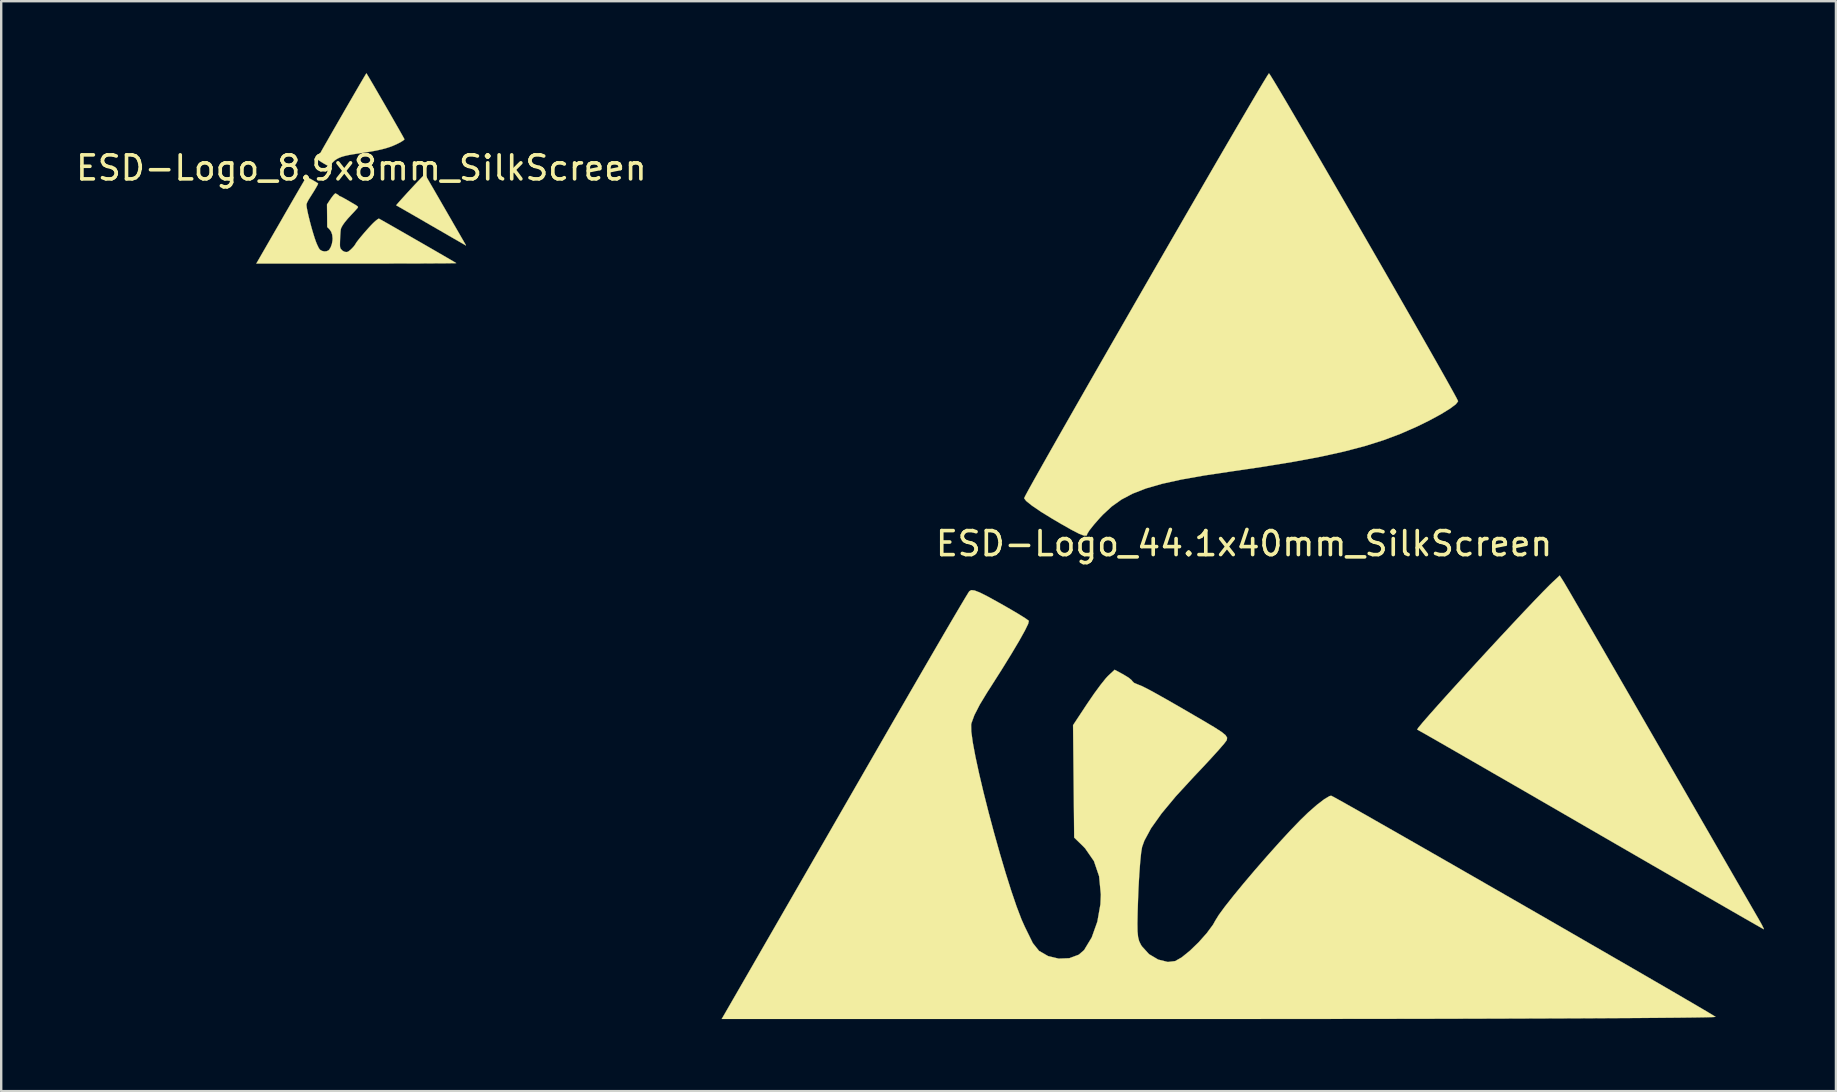
<source format=kicad_pcb>
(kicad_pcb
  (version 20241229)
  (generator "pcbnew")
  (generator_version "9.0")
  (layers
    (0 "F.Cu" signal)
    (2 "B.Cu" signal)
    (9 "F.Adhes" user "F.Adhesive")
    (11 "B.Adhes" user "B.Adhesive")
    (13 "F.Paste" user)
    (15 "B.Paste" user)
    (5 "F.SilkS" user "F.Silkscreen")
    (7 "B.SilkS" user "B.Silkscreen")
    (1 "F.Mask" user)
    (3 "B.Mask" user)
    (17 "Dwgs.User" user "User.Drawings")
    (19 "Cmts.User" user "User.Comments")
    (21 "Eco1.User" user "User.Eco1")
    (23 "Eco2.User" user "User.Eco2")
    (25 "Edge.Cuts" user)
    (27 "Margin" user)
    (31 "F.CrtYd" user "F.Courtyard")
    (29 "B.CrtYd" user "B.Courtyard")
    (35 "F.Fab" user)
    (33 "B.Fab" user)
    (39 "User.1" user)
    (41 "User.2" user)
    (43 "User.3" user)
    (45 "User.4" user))
  (footprint "ESD-Logo_8.9x8mm_SilkScreen"
    (layer "F.Cu")
    (at 12.006 3.946)
    (property "Reference" "ESD-Logo_8.9x8mm_SilkScreen" (at 0 0 0) (layer "F.SilkS") (effects (font (size 1 1) (thickness 0.15))))
    (attr exclude_from_pos_files exclude_from_bom)
    (fp_poly (pts (xy 2.676 0.316) (xy 2.691 0.342) (xy 2.726 0.4) (xy 2.778 0.49) (xy 2.845 0.606) (xy 2.927 0.747) (xy 3.021 0.909) (xy 3.125 1.09) (xy 3.239 1.286) (xy 3.359 1.495) (xy 3.483 1.71) (xy 3.61 1.93) (xy 3.732 2.14) (xy 3.846 2.339) (xy 3.953 2.524) (xy 4.049 2.69) (xy 4.132 2.835) (xy 4.202 2.956) (xy 4.256 3.05) (xy 4.293 3.114) (xy 4.311 3.144) (xy 4.339 3.194) (xy 4.354 3.226) (xy 4.355 3.231) (xy 4.336 3.221) (xy 4.284 3.191) (xy 4.202 3.144) (xy 4.091 3.08) (xy 3.955 3.002) (xy 3.797 2.911) (xy 3.619 2.808) (xy 3.424 2.695) (xy 3.214 2.574) (xy 2.993 2.446) (xy 2.909 2.398) (xy 2.684 2.268) (xy 2.47 2.143) (xy 2.268 2.027) (xy 2.082 1.92) (xy 1.915 1.824) (xy 1.769 1.74) (xy 1.647 1.67) (xy 1.552 1.615) (xy 1.487 1.578) (xy 1.454 1.56) (xy 1.45 1.558) (xy 1.46 1.542) (xy 1.495 1.5) (xy 1.552 1.435) (xy 1.626 1.351) (xy 1.715 1.253) (xy 1.814 1.144) (xy 1.92 1.027) (xy 2.03 0.908) (xy 2.14 0.789) (xy 2.246 0.675) (xy 2.345 0.57) (xy 2.433 0.477) (xy 2.507 0.401) (xy 2.562 0.345) (xy 2.581 0.326) (xy 2.645 0.267) (xy 2.676 0.316)) (stroke (width 0.01) (type solid)) (fill yes) (layer "F.SilkS"))
    (fp_poly (pts (xy 0.221 -3.924) (xy 0.252 -3.873) (xy 0.3 -3.794) (xy 0.362 -3.688) (xy 0.438 -3.559) (xy 0.524 -3.412) (xy 0.619 -3.248) (xy 0.721 -3.072) (xy 0.828 -2.887) (xy 0.939 -2.696) (xy 1.05 -2.503) (xy 1.161 -2.311) (xy 1.268 -2.124) (xy 1.371 -1.944) (xy 1.467 -1.776) (xy 1.555 -1.623) (xy 1.631 -1.488) (xy 1.696 -1.374) (xy 1.745 -1.285) (xy 1.778 -1.224) (xy 1.793 -1.195) (xy 1.793 -1.193) (xy 1.775 -1.169) (xy 1.725 -1.131) (xy 1.648 -1.084) (xy 1.552 -1.032) (xy 1.45 -0.982) (xy 1.312 -0.921) (xy 1.167 -0.867) (xy 1.01 -0.817) (xy 0.836 -0.772) (xy 0.639 -0.728) (xy 0.416 -0.686) (xy 0.16 -0.645) (xy -0.104 -0.606) (xy -0.334 -0.571) (xy -0.527 -0.537) (xy -0.688 -0.501) (xy -0.822 -0.463) (xy -0.933 -0.419) (xy -1.027 -0.37) (xy -1.109 -0.312) (xy -1.182 -0.244) (xy -1.206 -0.219) (xy -1.258 -0.16) (xy -1.296 -0.112) (xy -1.313 -0.084) (xy -1.314 -0.082) (xy -1.32 -0.068) (xy -1.341 -0.067) (xy -1.382 -0.083) (xy -1.447 -0.117) (xy -1.541 -0.17) (xy -1.606 -0.208) (xy -1.702 -0.268) (xy -1.778 -0.319) (xy -1.826 -0.358) (xy -1.843 -0.381) (xy -1.843 -0.381) (xy -1.833 -0.403) (xy -1.803 -0.457) (xy -1.756 -0.542) (xy -1.693 -0.653) (xy -1.617 -0.789) (xy -1.528 -0.945) (xy -1.428 -1.119) (xy -1.32 -1.309) (xy -1.205 -1.51) (xy -1.084 -1.72) (xy -0.96 -1.937) (xy -0.833 -2.156) (xy -0.707 -2.376) (xy -0.582 -2.592) (xy -0.46 -2.803) (xy -0.343 -3.004) (xy -0.233 -3.194) (xy -0.131 -3.369) (xy -0.039 -3.527) (xy 0.041 -3.663) (xy 0.107 -3.776) (xy 0.158 -3.861) (xy 0.192 -3.918) (xy 0.208 -3.941) (xy 0.209 -3.941) (xy 0.221 -3.924)) (stroke (width 0.01) (type solid)) (fill yes) (layer "F.SilkS"))
    (fp_poly (pts (xy -2.259 0.392) (xy -2.215 0.409) (xy -2.149 0.443) (xy -2.053 0.495) (xy -2.045 0.5) (xy -1.957 0.55) (xy -1.883 0.594) (xy -1.829 0.628) (xy -1.804 0.646) (xy -1.804 0.647) (xy -1.81 0.672) (xy -1.837 0.729) (xy -1.885 0.814) (xy -1.95 0.925) (xy -2.032 1.057) (xy -2.128 1.209) (xy -2.152 1.246) (xy -2.215 1.349) (xy -2.26 1.437) (xy -2.285 1.504) (xy -2.287 1.517) (xy -2.286 1.574) (xy -2.274 1.666) (xy -2.251 1.785) (xy -2.221 1.927) (xy -2.183 2.084) (xy -2.141 2.252) (xy -2.095 2.425) (xy -2.047 2.596) (xy -1.998 2.759) (xy -1.951 2.91) (xy -1.906 3.041) (xy -1.865 3.148) (xy -1.837 3.211) (xy -1.804 3.279) (xy -1.772 3.344) (xy -1.771 3.347) (xy -1.719 3.412) (xy -1.642 3.456) (xy -1.554 3.477) (xy -1.464 3.474) (xy -1.385 3.444) (xy -1.341 3.406) (xy -1.277 3.3) (xy -1.23 3.167) (xy -1.204 3.023) (xy -1.2 2.94) (xy -1.215 2.787) (xy -1.258 2.66) (xy -1.332 2.553) (xy -1.355 2.53) (xy -1.424 2.463) (xy -1.428 1.992) (xy -1.433 1.521) (xy -1.313 1.339) (xy -1.257 1.257) (xy -1.202 1.183) (xy -1.158 1.127) (xy -1.139 1.107) (xy -1.085 1.057) (xy -1.012 1.096) (xy -0.965 1.124) (xy -0.94 1.146) (xy -0.938 1.15) (xy -0.921 1.167) (xy -0.892 1.179) (xy -0.863 1.191) (xy -0.819 1.212) (xy -0.756 1.246) (xy -0.671 1.293) (xy -0.559 1.357) (xy -0.417 1.44) (xy -0.339 1.485) (xy -0.248 1.539) (xy -0.189 1.578) (xy -0.155 1.605) (xy -0.142 1.626) (xy -0.145 1.645) (xy -0.147 1.649) (xy -0.168 1.677) (xy -0.213 1.728) (xy -0.276 1.798) (xy -0.353 1.881) (xy -0.419 1.951) (xy -0.572 2.117) (xy -0.692 2.262) (xy -0.779 2.385) (xy -0.836 2.489) (xy -0.855 2.542) (xy -0.863 2.588) (xy -0.871 2.667) (xy -0.878 2.77) (xy -0.885 2.887) (xy -0.888 2.961) (xy -0.892 3.089) (xy -0.894 3.183) (xy -0.893 3.25) (xy -0.888 3.296) (xy -0.88 3.329) (xy -0.867 3.357) (xy -0.856 3.374) (xy -0.797 3.44) (xy -0.72 3.486) (xy -0.639 3.505) (xy -0.578 3.498) (xy -0.523 3.467) (xy -0.454 3.411) (xy -0.381 3.34) (xy -0.313 3.265) (xy -0.261 3.193) (xy -0.241 3.159) (xy -0.212 3.111) (xy -0.159 3.04) (xy -0.087 2.948) (xy -0.001 2.844) (xy 0.094 2.732) (xy 0.194 2.617) (xy 0.293 2.506) (xy 0.387 2.404) (xy 0.471 2.316) (xy 0.538 2.252) (xy 0.611 2.188) (xy 0.673 2.141) (xy 0.716 2.115) (xy 0.73 2.112) (xy 0.752 2.124) (xy 0.807 2.154) (xy 0.892 2.202) (xy 1.003 2.265) (xy 1.138 2.341) (xy 1.293 2.43) (xy 1.465 2.528) (xy 1.651 2.635) (xy 1.848 2.748) (xy 2.052 2.865) (xy 2.26 2.985) (xy 2.47 3.105) (xy 2.678 3.225) (xy 2.881 3.342) (xy 3.075 3.454) (xy 3.258 3.56) (xy 3.426 3.657) (xy 3.577 3.745) (xy 3.706 3.82) (xy 3.812 3.882) (xy 3.89 3.928) (xy 3.937 3.956) (xy 3.951 3.965) (xy 3.932 3.967) (xy 3.874 3.969) (xy 3.778 3.97) (xy 3.646 3.972) (xy 3.48 3.974) (xy 3.282 3.975) (xy 3.054 3.976) (xy 2.798 3.978) (xy 2.515 3.979) (xy 2.209 3.98) (xy 1.88 3.981) (xy 1.531 3.981) (xy 1.163 3.982) (xy 0.779 3.983) (xy 0.38 3.983) (xy -0.031 3.983) (xy -0.203 3.983) (xy -4.377 3.983) (xy -4.08 3.467) (xy -4.017 3.358) (xy -3.936 3.217) (xy -3.839 3.049) (xy -3.73 2.86) (xy -3.611 2.653) (xy -3.484 2.434) (xy -3.353 2.207) (xy -3.221 1.976) (xy -3.089 1.747) (xy -3.055 1.689) (xy -2.934 1.478) (xy -2.818 1.278) (xy -2.709 1.09) (xy -2.61 0.919) (xy -2.521 0.767) (xy -2.445 0.637) (xy -2.383 0.532) (xy -2.338 0.456) (xy -2.31 0.41) (xy -2.303 0.399) (xy -2.286 0.389) (xy -2.259 0.392)) (stroke (width 0.01) (type solid)) (fill yes) (layer "F.SilkS")))
  (footprint "ESD-Logo_44.1x40mm_SilkScreen"
    (layer "F.Cu")
    (at 48.779 19.599)
    (property "Reference" "ESD-Logo_44.1x40mm_SilkScreen" (at 0 0 0) (layer "F.SilkS") (effects (font (size 1 1) (thickness 0.15))))
    (attr exclude_from_pos_files exclude_from_bom)
    (fp_poly (pts (xy 13.304 1.571) (xy 13.38 1.698) (xy 13.552 1.991) (xy 13.809 2.434) (xy 14.145 3.013) (xy 14.551 3.713) (xy 15.018 4.52) (xy 15.537 5.418) (xy 16.101 6.394) (xy 16.7 7.432) (xy 17.317 8.501) (xy 17.947 9.593) (xy 18.551 10.641) (xy 19.122 11.631) (xy 19.65 12.546) (xy 20.127 13.372) (xy 20.543 14.094) (xy 20.891 14.696) (xy 21.161 15.163) (xy 21.344 15.48) (xy 21.43 15.629) (xy 21.571 15.88) (xy 21.648 16.037) (xy 21.652 16.065) (xy 21.559 16.013) (xy 21.3 15.866) (xy 20.888 15.63) (xy 20.338 15.314) (xy 19.663 14.925) (xy 18.875 14.471) (xy 17.99 13.96) (xy 17.02 13.399) (xy 15.979 12.797) (xy 14.88 12.162) (xy 14.462 11.92) (xy 13.344 11.273) (xy 12.277 10.656) (xy 11.275 10.077) (xy 10.351 9.545) (xy 9.52 9.066) (xy 8.795 8.648) (xy 8.189 8.3) (xy 7.717 8.03) (xy 7.391 7.845) (xy 7.227 7.753) (xy 7.21 7.745) (xy 7.26 7.666) (xy 7.434 7.456) (xy 7.715 7.133) (xy 8.085 6.717) (xy 8.525 6.228) (xy 9.018 5.685) (xy 9.547 5.107) (xy 10.093 4.513) (xy 10.638 3.924) (xy 11.166 3.358) (xy 11.657 2.834) (xy 12.095 2.373) (xy 12.461 1.993) (xy 12.738 1.714) (xy 12.833 1.622) (xy 13.148 1.327) (xy 13.304 1.571)) (stroke (width 0.01) (type solid)) (fill yes) (layer "F.SilkS"))
    (fp_poly (pts (xy 1.098 -19.507) (xy 1.252 -19.257) (xy 1.49 -18.86) (xy 1.801 -18.334) (xy 2.175 -17.695) (xy 2.604 -16.961) (xy 3.078 -16.147) (xy 3.586 -15.272) (xy 4.119 -14.352) (xy 4.667 -13.404) (xy 5.22 -12.444) (xy 5.77 -11.49) (xy 6.305 -10.559) (xy 6.816 -9.667) (xy 7.294 -8.831) (xy 7.729 -8.068) (xy 8.111 -7.395) (xy 8.43 -6.829) (xy 8.676 -6.387) (xy 8.841 -6.086) (xy 8.913 -5.942) (xy 8.916 -5.933) (xy 8.826 -5.811) (xy 8.576 -5.624) (xy 8.195 -5.39) (xy 7.713 -5.129) (xy 7.209 -4.881) (xy 6.524 -4.58) (xy 5.802 -4.309) (xy 5.021 -4.063) (xy 4.154 -3.836) (xy 3.178 -3.621) (xy 2.067 -3.413) (xy 0.796 -3.205) (xy -0.519 -3.011) (xy -1.661 -2.84) (xy -2.62 -2.67) (xy -3.421 -2.493) (xy -4.086 -2.301) (xy -4.64 -2.085) (xy -5.108 -1.838) (xy -5.512 -1.55) (xy -5.878 -1.212) (xy -5.996 -1.087) (xy -6.252 -0.796) (xy -6.441 -0.558) (xy -6.529 -0.418) (xy -6.531 -0.406) (xy -6.562 -0.336) (xy -6.669 -0.335) (xy -6.873 -0.413) (xy -7.196 -0.58) (xy -7.66 -0.844) (xy -7.983 -1.034) (xy -8.464 -1.33) (xy -8.838 -1.585) (xy -9.079 -1.778) (xy -9.163 -1.892) (xy -9.163 -1.893) (xy -9.111 -2.001) (xy -8.964 -2.273) (xy -8.73 -2.694) (xy -8.418 -3.248) (xy -8.037 -3.921) (xy -7.595 -4.699) (xy -7.101 -5.565) (xy -6.563 -6.507) (xy -5.99 -7.507) (xy -5.389 -8.553) (xy -4.771 -9.628) (xy -4.143 -10.719) (xy -3.514 -11.81) (xy -2.893 -12.886) (xy -2.287 -13.934) (xy -1.706 -14.936) (xy -1.158 -15.881) (xy -0.652 -16.751) (xy -0.196 -17.532) (xy 0.202 -18.21) (xy 0.532 -18.77) (xy 0.787 -19.197) (xy 0.957 -19.476) (xy 1.034 -19.592) (xy 1.037 -19.594) (xy 1.098 -19.507)) (stroke (width 0.01) (type solid)) (fill yes) (layer "F.SilkS"))
    (fp_poly (pts (xy -11.232 1.949) (xy -11.014 2.033) (xy -10.682 2.2) (xy -10.206 2.463) (xy -10.169 2.483) (xy -9.73 2.734) (xy -9.359 2.954) (xy -9.094 3.121) (xy -8.97 3.212) (xy -8.966 3.216) (xy -8.996 3.343) (xy -9.134 3.625) (xy -9.37 4.049) (xy -9.696 4.597) (xy -10.103 5.256) (xy -10.581 6.008) (xy -10.701 6.193) (xy -11.011 6.705) (xy -11.237 7.146) (xy -11.358 7.476) (xy -11.371 7.541) (xy -11.365 7.827) (xy -11.303 8.282) (xy -11.192 8.875) (xy -11.04 9.578) (xy -10.855 10.361) (xy -10.644 11.196) (xy -10.415 12.053) (xy -10.176 12.903) (xy -9.935 13.717) (xy -9.699 14.466) (xy -9.476 15.12) (xy -9.274 15.651) (xy -9.133 15.966) (xy -8.968 16.301) (xy -8.811 16.622) (xy -8.802 16.64) (xy -8.543 16.964) (xy -8.165 17.182) (xy -7.725 17.287) (xy -7.28 17.27) (xy -6.887 17.124) (xy -6.665 16.931) (xy -6.347 16.404) (xy -6.113 15.747) (xy -5.985 15.026) (xy -5.967 14.618) (xy -6.04 13.856) (xy -6.255 13.225) (xy -6.622 12.694) (xy -6.737 12.576) (xy -7.078 12.245) (xy -7.101 9.903) (xy -7.125 7.561) (xy -6.528 6.657) (xy -6.248 6.248) (xy -5.978 5.881) (xy -5.757 5.605) (xy -5.662 5.504) (xy -5.393 5.253) (xy -5.029 5.449) (xy -4.799 5.59) (xy -4.673 5.699) (xy -4.665 5.719) (xy -4.579 5.802) (xy -4.432 5.864) (xy -4.29 5.919) (xy -4.072 6.025) (xy -3.76 6.192) (xy -3.335 6.43) (xy -2.778 6.748) (xy -2.071 7.159) (xy -1.686 7.383) (xy -1.234 7.652) (xy -0.938 7.843) (xy -0.771 7.979) (xy -0.707 8.083) (xy -0.72 8.177) (xy -0.73 8.199) (xy -0.834 8.336) (xy -1.057 8.593) (xy -1.372 8.941) (xy -1.754 9.352) (xy -2.084 9.7) (xy -2.845 10.527) (xy -3.44 11.243) (xy -3.875 11.856) (xy -4.155 12.374) (xy -4.249 12.637) (xy -4.288 12.867) (xy -4.328 13.26) (xy -4.366 13.77) (xy -4.399 14.353) (xy -4.414 14.722) (xy -4.435 15.359) (xy -4.444 15.825) (xy -4.439 16.155) (xy -4.416 16.386) (xy -4.374 16.552) (xy -4.308 16.691) (xy -4.257 16.775) (xy -3.96 17.101) (xy -3.577 17.328) (xy -3.175 17.427) (xy -2.873 17.391) (xy -2.6 17.236) (xy -2.258 16.959) (xy -1.894 16.607) (xy -1.557 16.229) (xy -1.295 15.875) (xy -1.199 15.703) (xy -1.054 15.468) (xy -0.792 15.111) (xy -0.434 14.658) (xy -0.007 14.139) (xy 0.467 13.58) (xy 0.963 13.011) (xy 1.457 12.458) (xy 1.925 11.951) (xy 2.344 11.516) (xy 2.673 11.197) (xy 3.038 10.878) (xy 3.345 10.643) (xy 3.56 10.516) (xy 3.631 10.502) (xy 3.741 10.558) (xy 4.014 10.709) (xy 4.435 10.946) (xy 4.989 11.259) (xy 5.658 11.641) (xy 6.429 12.08) (xy 7.284 12.569) (xy 8.208 13.098) (xy 9.186 13.659) (xy 10.201 14.242) (xy 11.238 14.838) (xy 12.281 15.438) (xy 13.314 16.033) (xy 14.321 16.615) (xy 15.288 17.173) (xy 16.197 17.698) (xy 17.034 18.183) (xy 17.782 18.617) (xy 18.425 18.992) (xy 18.949 19.298) (xy 19.337 19.527) (xy 19.573 19.669) (xy 19.641 19.713) (xy 19.549 19.722) (xy 19.259 19.731) (xy 18.781 19.739) (xy 18.125 19.747) (xy 17.3 19.754) (xy 16.316 19.762) (xy 15.182 19.768) (xy 13.909 19.775) (xy 12.505 19.78) (xy 10.981 19.785) (xy 9.346 19.79) (xy 7.61 19.794) (xy 5.782 19.797) (xy 3.873 19.799) (xy 1.891 19.801) (xy -0.153 19.802) (xy -1.011 19.802) (xy -21.762 19.802) (xy -20.282 17.236) (xy -19.969 16.692) (xy -19.566 15.993) (xy -19.086 15.16) (xy -18.543 14.218) (xy -17.951 13.19) (xy -17.322 12.1) (xy -16.671 10.97) (xy -16.011 9.824) (xy -15.355 8.685) (xy -15.19 8.398) (xy -14.585 7.349) (xy -14.008 6.351) (xy -13.468 5.419) (xy -12.974 4.568) (xy -12.534 3.812) (xy -12.156 3.166) (xy -11.849 2.645) (xy -11.623 2.265) (xy -11.485 2.039) (xy -11.447 1.982) (xy -11.366 1.936) (xy -11.232 1.949)) (stroke (width 0.01) (type solid)) (fill yes) (layer "F.SilkS")))
  (gr_rect
    (start -3 -3)
    (end 73.436 42.406)
    (stroke (width 0.1) (type default))
    (fill no)
    (layer "Edge.Cuts")))
</source>
